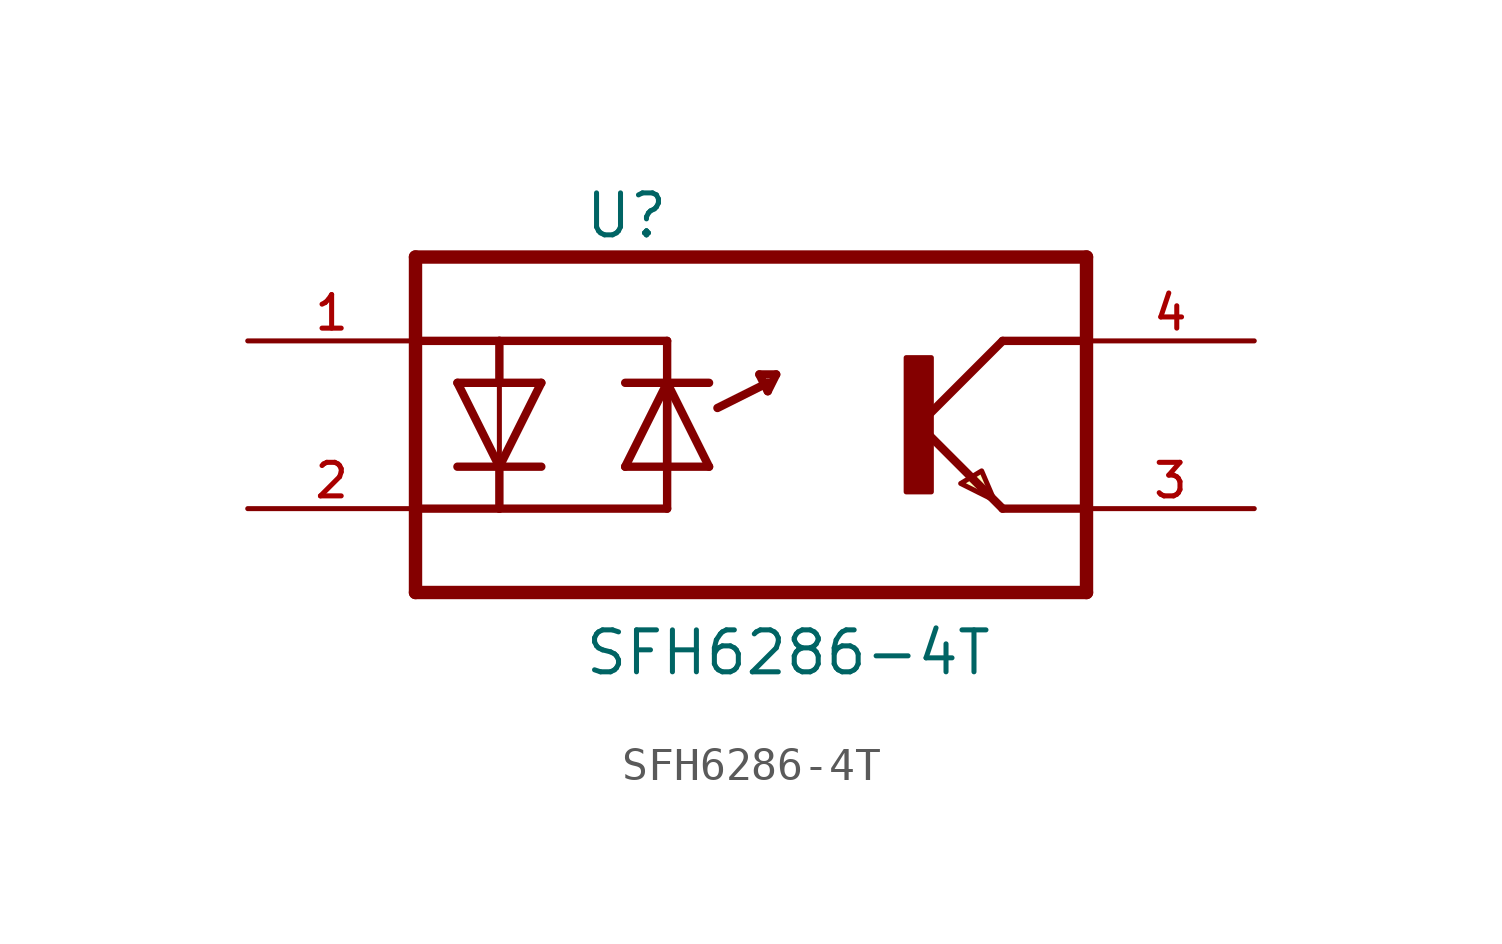
<source format=kicad_sym>
(kicad_symbol_lib
  (version 20211014)
  (generator kicad_symbol_editor)
  (symbol "SFH6286-4T"
    (pin_names
      (offset 1.016) hide)
    (property "Reference" "U"
      (at -5.08 5.588 0)
      (effects (font (size 1.27 1.27)) (justify left bottom)))
    (property "Value" "SFH6286-4T"
      (at -5.08 -7.645 0)
      (effects (font (size 1.27 1.27)) (justify left bottom)))
    (property "ki_locked" ""
      (at 0 0 0)
      (effects (font (size 1.27 1.27))))
    (symbol "SFH6286-4T_0_0"
      (polyline (pts (xy -10.16 -5.08) (xy 10.16 -5.08)) (stroke (width 0.406) (type default) (color 0 0 0 0)) (fill (type none)))
      (polyline (pts (xy -10.16 -2.54) (xy -10.16 -5.08)) (stroke (width 0.406) (type default) (color 0 0 0 0)) (fill (type none)))
      (polyline (pts (xy -10.16 2.54) (xy -10.16 -2.54)) (stroke (width 0.406) (type default) (color 0 0 0 0)) (fill (type none)))
      (polyline (pts (xy -10.16 5.08) (xy -10.16 2.54)) (stroke (width 0.406) (type default) (color 0 0 0 0)) (fill (type none)))
      (polyline (pts (xy -10.16 5.08) (xy 10.16 5.08)) (stroke (width 0.406) (type default) (color 0 0 0 0)) (fill (type none)))
      (polyline (pts (xy -7.62 -2.54) (xy -10.16 -2.54)) (stroke (width 0.254) (type default) (color 0 0 0 0)) (fill (type none)))
      (polyline (pts (xy -7.62 -2.54) (xy -2.54 -2.54)) (stroke (width 0.254) (type default) (color 0 0 0 0)) (fill (type none)))
      (polyline (pts (xy -7.62 -1.27) (xy -8.89 -1.27)) (stroke (width 0.254) (type default) (color 0 0 0 0)) (fill (type none)))
      (polyline (pts (xy -7.62 -1.27) (xy -8.89 1.27)) (stroke (width 0.254) (type default) (color 0 0 0 0)) (fill (type none)))
      (polyline (pts (xy -7.62 -1.27) (xy -7.62 -2.54)) (stroke (width 0.254) (type default) (color 0 0 0 0)) (fill (type none)))
      (polyline (pts (xy -7.62 1.27) (xy -8.89 1.27)) (stroke (width 0.254) (type default) (color 0 0 0 0)) (fill (type none)))
      (polyline (pts (xy -7.62 1.27) (xy -7.62 -1.27)) (stroke (width 0.152) (type default) (color 0 0 0 0)) (fill (type none)))
      (polyline (pts (xy -7.62 1.27) (xy -7.62 2.54)) (stroke (width 0.254) (type default) (color 0 0 0 0)) (fill (type none)))
      (polyline (pts (xy -7.62 2.54) (xy -10.16 2.54)) (stroke (width 0.254) (type default) (color 0 0 0 0)) (fill (type none)))
      (polyline (pts (xy -7.62 2.54) (xy -2.54 2.54)) (stroke (width 0.254) (type default) (color 0 0 0 0)) (fill (type none)))
      (polyline (pts (xy -6.35 -1.27) (xy -7.62 -1.27)) (stroke (width 0.254) (type default) (color 0 0 0 0)) (fill (type none)))
      (polyline (pts (xy -6.35 1.27) (xy -7.62 -1.27)) (stroke (width 0.254) (type default) (color 0 0 0 0)) (fill (type none)))
      (polyline (pts (xy -6.35 1.27) (xy -7.62 1.27)) (stroke (width 0.254) (type default) (color 0 0 0 0)) (fill (type none)))
      (polyline (pts (xy -3.81 -1.27) (xy -2.54 -1.27)) (stroke (width 0.254) (type default) (color 0 0 0 0)) (fill (type none)))
      (polyline (pts (xy -3.81 -1.27) (xy -2.54 1.27)) (stroke (width 0.254) (type default) (color 0 0 0 0)) (fill (type none)))
      (polyline (pts (xy -3.81 1.27) (xy -2.54 1.27)) (stroke (width 0.254) (type default) (color 0 0 0 0)) (fill (type none)))
      (polyline (pts (xy -2.54 -1.27) (xy -2.54 1.27)) (stroke (width 0.152) (type default) (color 0 0 0 0)) (fill (type none)))
      (polyline (pts (xy -2.54 -1.27) (xy -2.54 2.54)) (stroke (width 0.254) (type default) (color 0 0 0 0)) (fill (type none)))
      (polyline (pts (xy -2.54 -1.27) (xy -1.27 -1.27)) (stroke (width 0.254) (type default) (color 0 0 0 0)) (fill (type none)))
      (polyline (pts (xy -2.54 1.27) (xy -2.54 -2.54)) (stroke (width 0.254) (type default) (color 0 0 0 0)) (fill (type none)))
      (polyline (pts (xy -2.54 1.27) (xy -1.27 -1.27)) (stroke (width 0.254) (type default) (color 0 0 0 0)) (fill (type none)))
      (polyline (pts (xy -2.54 1.27) (xy -1.27 1.27)) (stroke (width 0.254) (type default) (color 0 0 0 0)) (fill (type none)))
      (polyline (pts (xy -1.016 0.508) (xy 0.508 1.27)) (stroke (width 0.254) (type default) (color 0 0 0 0)) (fill (type none)))
      (polyline (pts (xy 0.254 1.524) (xy 0.508 1.016)) (stroke (width 0.254) (type default) (color 0 0 0 0)) (fill (type none)))
      (polyline (pts (xy 0.508 1.016) (xy 0.762 1.524)) (stroke (width 0.254) (type default) (color 0 0 0 0)) (fill (type none)))
      (polyline (pts (xy 0.762 1.524) (xy 0.254 1.524)) (stroke (width 0.254) (type default) (color 0 0 0 0)) (fill (type none)))
      (polyline (pts (xy 5.08 0) (xy 7.62 -2.54)) (stroke (width 0.254) (type default) (color 0 0 0 0)) (fill (type none)))
      (polyline (pts (xy 7.62 -2.54) (xy 10.16 -2.54)) (stroke (width 0.254) (type default) (color 0 0 0 0)) (fill (type none)))
      (polyline (pts (xy 7.62 2.54) (xy 5.08 0)) (stroke (width 0.254) (type default) (color 0 0 0 0)) (fill (type none)))
      (polyline (pts (xy 7.62 2.54) (xy 10.16 2.54)) (stroke (width 0.254) (type default) (color 0 0 0 0)) (fill (type none)))
      (polyline (pts (xy 10.16 -5.08) (xy 10.16 -2.54)) (stroke (width 0.406) (type default) (color 0 0 0 0)) (fill (type none)))
      (polyline (pts (xy 10.16 2.54) (xy 10.16 -2.54)) (stroke (width 0.406) (type default) (color 0 0 0 0)) (fill (type none)))
      (polyline (pts (xy 10.16 5.08) (xy 10.16 2.54)) (stroke (width 0.406) (type default) (color 0 0 0 0)) (fill (type none)))
      (polyline (pts (xy 6.985 -1.397) (xy 7.366 -2.286) (xy 6.35 -1.778) (xy 6.985 -1.397)) (stroke (width 0.152) (type default) (color 0 0 0 0)) (fill (type background)))
      (rectangle (start 4.699 -2.032) (end 5.461 2.032) (stroke (width 0) (type default) (color 0 0 0 0)) (fill (type outline)))
      (pin input line (at -15.24 2.54 0) (length 5.08) (name "~" (effects (font (size 1.016 1.016)))) (number "1" (effects (font (size 1.016 1.016)))))
      (pin output line (at -15.24 -2.54 0) (length 5.08) (name "~" (effects (font (size 1.016 1.016)))) (number "2" (effects (font (size 1.016 1.016)))))
      (pin output line (at 15.24 -2.54 180) (length 5.08) (name "~" (effects (font (size 1.016 1.016)))) (number "3" (effects (font (size 1.016 1.016)))))
      (pin input line (at 15.24 2.54 180) (length 5.08) (name "~" (effects (font (size 1.016 1.016)))) (number "4" (effects (font (size 1.016 1.016))))))))
</source>
